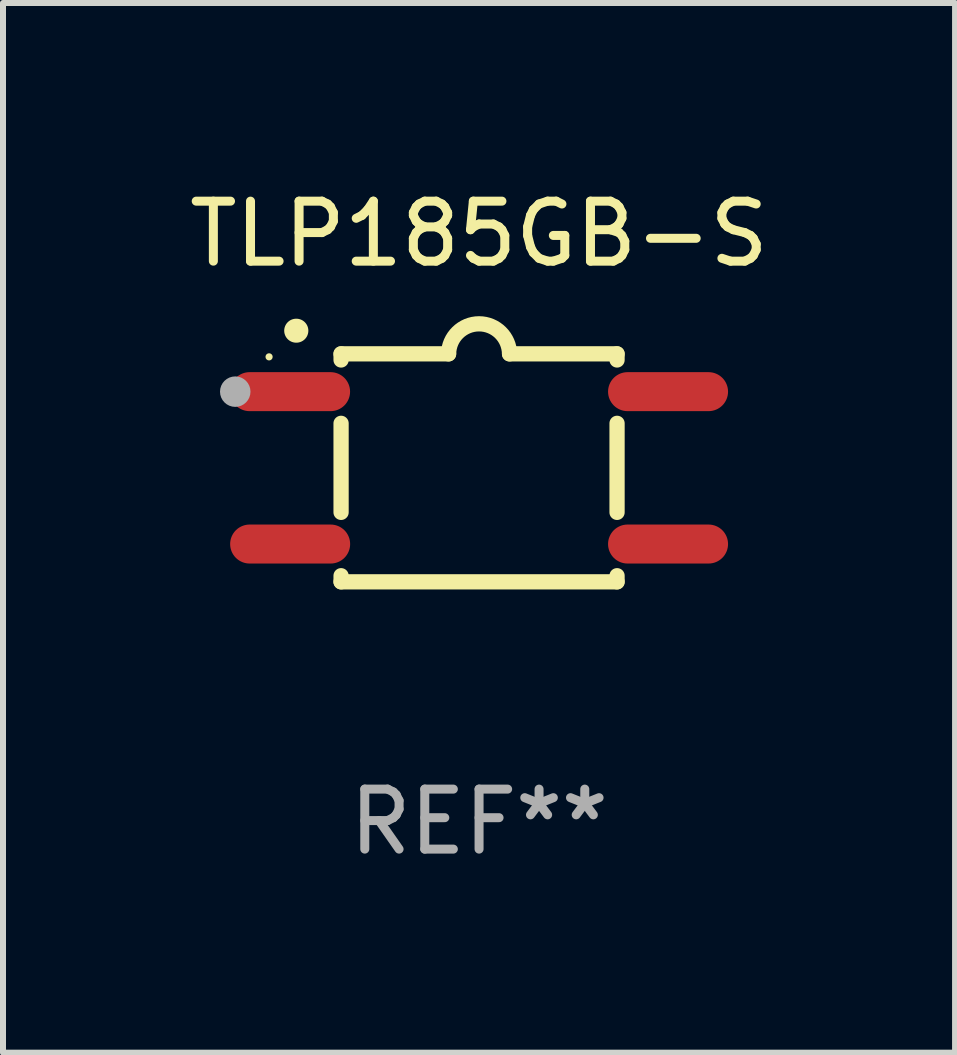
<source format=kicad_pcb>
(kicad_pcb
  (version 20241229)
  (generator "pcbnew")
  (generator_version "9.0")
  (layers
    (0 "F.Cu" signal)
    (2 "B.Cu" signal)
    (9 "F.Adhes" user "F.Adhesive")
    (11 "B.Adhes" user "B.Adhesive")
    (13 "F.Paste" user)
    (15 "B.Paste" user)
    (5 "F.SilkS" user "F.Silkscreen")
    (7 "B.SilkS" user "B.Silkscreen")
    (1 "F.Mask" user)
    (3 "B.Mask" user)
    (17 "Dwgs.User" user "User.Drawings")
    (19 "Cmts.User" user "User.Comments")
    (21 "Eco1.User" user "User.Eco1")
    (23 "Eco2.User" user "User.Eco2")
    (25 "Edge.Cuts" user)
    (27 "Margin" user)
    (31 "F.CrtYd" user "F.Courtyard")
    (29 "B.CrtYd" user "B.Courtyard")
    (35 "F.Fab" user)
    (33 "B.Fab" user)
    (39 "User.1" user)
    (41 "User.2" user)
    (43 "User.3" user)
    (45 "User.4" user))
  (footprint "TLP185GB-S"
    (layer "F.Cu")
    (at 4.935 4.748)
    (property "Reference" "TLP185GB-S" (at 0 -3.9 0) (layer "F.SilkS") (effects (font (size 1 1) (thickness 0.15))))
    (attr through_hole)
    (fp_line (start -2.3 -1.9) (end -2.3 -1.798) (stroke (width 0.254) (type solid)) (layer "F.SilkS"))
    (fp_line (start -2.3 -1.9) (end -0.508 -1.9) (stroke (width 0.254) (type solid)) (layer "F.SilkS"))
    (fp_line (start -2.3 -0.742) (end -2.3 0.742) (stroke (width 0.254) (type solid)) (layer "F.SilkS"))
    (fp_line (start -2.3 1.798) (end -2.3 1.9) (stroke (width 0.254) (type solid)) (layer "F.SilkS"))
    (fp_line (start 2.3 -1.9) (end 0.508 -1.9) (stroke (width 0.254) (type solid)) (layer "F.SilkS"))
    (fp_line (start 2.3 -1.9) (end 2.3 -1.798) (stroke (width 0.254) (type solid)) (layer "F.SilkS"))
    (fp_line (start 2.3 -0.742) (end 2.3 0.742) (stroke (width 0.254) (type solid)) (layer "F.SilkS"))
    (fp_line (start 2.3 1.798) (end 2.3 1.9) (stroke (width 0.254) (type solid)) (layer "F.SilkS"))
    (fp_line (start 2.3 1.9) (end -2.3 1.9) (stroke (width 0.254) (type solid)) (layer "F.SilkS"))
    (fp_arc (start -3.047981 -2.286005) (mid -3.046711 -2.28601) (end -3.045441 -2.286005) (stroke (width 0.4) (type solid)) (layer "F.SilkS"))
    (fp_arc (start -0.507722 -1.899924) (mid 0.000127 -2.407798) (end 0.508026 -1.899975) (stroke (width 0.254001) (type solid)) (layer "F.SilkS"))
    (fp_circle (center -3.5 -1.85) (end -3.47 -1.85) (stroke (width 0.06) (type solid)) (fill no) (layer "F.SilkS"))
    (fp_circle (center -4.064 -1.27) (end -3.937 -1.27) (stroke (width 0.254) (type solid)) (fill no) (layer "F.Fab"))
    (fp_text user "REF**" (at 0 5.9 0) (layer "F.Fab") (effects (font (size 1 1) (thickness 0.15))))
    (pad "1" smd oval (at -3.15 -1.27 90) (size 0.65 2) (layers "F.Cu" "F.Mask" "F.Paste"))
    (pad "3" smd oval (at -3.149 1.27 90) (size 0.65 2) (layers "F.Cu" "F.Mask" "F.Paste"))
    (pad "4" smd oval (at 3.15 1.27 90) (size 0.65 2) (layers "F.Cu" "F.Mask" "F.Paste"))
    (pad "6" smd oval (at 3.15 -1.27 90) (size 0.65 2) (layers "F.Cu" "F.Mask" "F.Paste")))
  (gr_rect
    (start -3 -3)
    (end 12.869 14.496)
    (stroke (width 0.1) (type default))
    (fill no)
    (layer "Edge.Cuts")))
</source>
